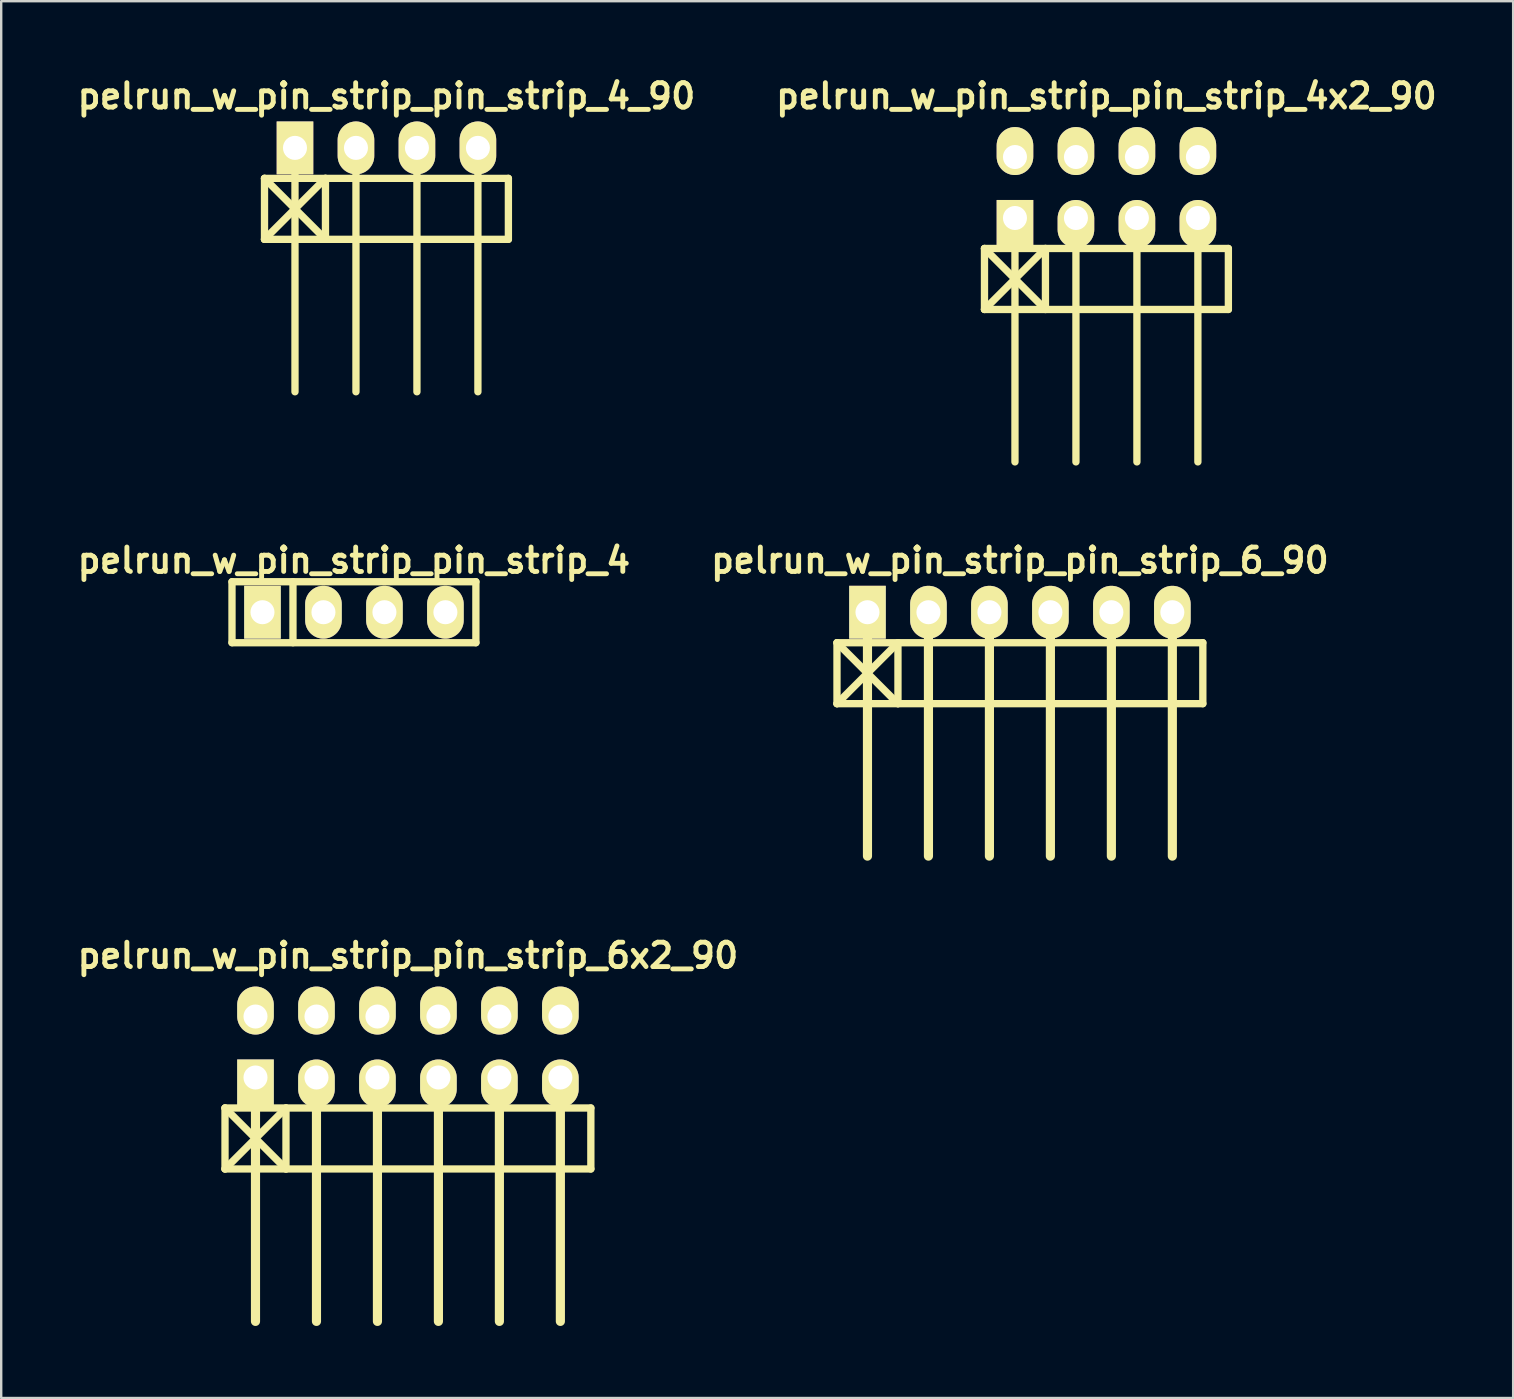
<source format=kicad_pcb>
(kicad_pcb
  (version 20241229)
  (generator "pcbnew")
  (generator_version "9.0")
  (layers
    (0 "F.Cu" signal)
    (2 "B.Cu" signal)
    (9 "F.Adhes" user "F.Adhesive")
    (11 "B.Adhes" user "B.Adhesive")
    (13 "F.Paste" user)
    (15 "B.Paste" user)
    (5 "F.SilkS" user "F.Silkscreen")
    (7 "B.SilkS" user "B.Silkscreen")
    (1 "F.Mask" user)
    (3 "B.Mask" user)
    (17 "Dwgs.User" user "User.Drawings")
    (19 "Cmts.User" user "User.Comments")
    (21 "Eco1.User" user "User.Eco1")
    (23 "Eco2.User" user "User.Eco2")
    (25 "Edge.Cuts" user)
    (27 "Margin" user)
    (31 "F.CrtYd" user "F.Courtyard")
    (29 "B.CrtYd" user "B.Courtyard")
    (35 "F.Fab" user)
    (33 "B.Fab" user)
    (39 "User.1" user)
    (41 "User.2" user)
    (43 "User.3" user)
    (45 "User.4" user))
  (footprint "pelrun_w_pin_strip_pin_strip_6_90"
    (layer "F.Cu")
    (at 39.436 22.453)
    (property "Reference" "pelrun_w_pin_strip_pin_strip_6_90" (at 0 -2.159 0) (layer "F.SilkS") (effects (font (size 1.016 1.016) (thickness 0.203))))
    (attr through_hole)
    (fp_line (start -7.62 1.27) (end 7.62 1.27) (stroke (width 0.305) (type solid)) (layer "F.SilkS"))
    (fp_line (start -7.62 3.81) (end -7.62 1.27) (stroke (width 0.305) (type solid)) (layer "F.SilkS"))
    (fp_line (start -7.62 3.81) (end -5.08 1.27) (stroke (width 0.305) (type solid)) (layer "F.SilkS"))
    (fp_line (start -6.35 0) (end -6.35 10.16) (stroke (width 0.381) (type solid)) (layer "F.SilkS"))
    (fp_line (start -5.08 1.27) (end -5.08 3.81) (stroke (width 0.305) (type solid)) (layer "F.SilkS"))
    (fp_line (start -5.08 3.81) (end -7.62 1.27) (stroke (width 0.305) (type solid)) (layer "F.SilkS"))
    (fp_line (start -3.81 0) (end -3.81 10.16) (stroke (width 0.381) (type solid)) (layer "F.SilkS"))
    (fp_line (start -1.27 10.16) (end -1.27 0) (stroke (width 0.381) (type solid)) (layer "F.SilkS"))
    (fp_line (start 1.27 0) (end 1.27 10.16) (stroke (width 0.381) (type solid)) (layer "F.SilkS"))
    (fp_line (start 3.81 0) (end 3.81 10.16) (stroke (width 0.381) (type solid)) (layer "F.SilkS"))
    (fp_line (start 6.35 0) (end 6.35 10.16) (stroke (width 0.381) (type solid)) (layer "F.SilkS"))
    (fp_line (start 7.62 1.27) (end 7.62 3.81) (stroke (width 0.305) (type solid)) (layer "F.SilkS"))
    (fp_line (start 7.62 3.81) (end -7.62 3.81) (stroke (width 0.305) (type solid)) (layer "F.SilkS"))
    (pad "1" thru_hole rect (at -6.35 0) (size 1.524 2.2) (drill 1.001) (layers "*.Cu" "*.Mask" "F.SilkS"))
    (pad "2" thru_hole oval (at -3.81 0) (size 1.524 2.2) (drill 1.001) (layers "*.Cu" "*.Mask" "F.SilkS"))
    (pad "3" thru_hole oval (at -1.27 0) (size 1.524 2.2) (drill 1.001) (layers "*.Cu" "*.Mask" "F.SilkS"))
    (pad "4" thru_hole oval (at 1.27 0) (size 1.524 2.2) (drill 1.001) (layers "*.Cu" "*.Mask" "F.SilkS"))
    (pad "5" thru_hole oval (at 3.81 0) (size 1.524 2.2) (drill 1.001) (layers "*.Cu" "*.Mask" "F.SilkS"))
    (pad "6" thru_hole oval (at 6.35 0) (size 1.524 2.2) (drill 1.001) (layers "*.Cu" "*.Mask" "F.SilkS")))
  (footprint "pelrun_w_pin_strip_pin_strip_6x2_90"
    (layer "F.Cu")
    (at 13.943 40.565)
    (property "Reference" "pelrun_w_pin_strip_pin_strip_6x2_90" (at 0 -3.81 0) (layer "F.SilkS") (effects (font (size 1.016 1.016) (thickness 0.203))))
    (attr through_hole)
    (fp_line (start -7.62 2.54) (end -5.08 5.08) (stroke (width 0.305) (type solid)) (layer "F.SilkS"))
    (fp_line (start -7.62 2.54) (end 7.62 2.54) (stroke (width 0.305) (type solid)) (layer "F.SilkS"))
    (fp_line (start -7.62 5.08) (end -7.62 2.54) (stroke (width 0.305) (type solid)) (layer "F.SilkS"))
    (fp_line (start -7.62 5.08) (end -5.08 2.54) (stroke (width 0.305) (type solid)) (layer "F.SilkS"))
    (fp_line (start -6.35 1.27) (end -6.35 11.43) (stroke (width 0.381) (type solid)) (layer "F.SilkS"))
    (fp_line (start -5.08 5.08) (end -5.08 2.54) (stroke (width 0.305) (type solid)) (layer "F.SilkS"))
    (fp_line (start -3.81 1.27) (end -3.81 11.43) (stroke (width 0.381) (type solid)) (layer "F.SilkS"))
    (fp_line (start -1.27 11.43) (end -1.27 1.27) (stroke (width 0.381) (type solid)) (layer "F.SilkS"))
    (fp_line (start 1.27 1.27) (end 1.27 11.43) (stroke (width 0.381) (type solid)) (layer "F.SilkS"))
    (fp_line (start 3.81 1.27) (end 3.81 11.43) (stroke (width 0.381) (type solid)) (layer "F.SilkS"))
    (fp_line (start 6.35 1.27) (end 6.35 11.43) (stroke (width 0.381) (type solid)) (layer "F.SilkS"))
    (fp_line (start 7.62 2.54) (end 7.62 5.08) (stroke (width 0.305) (type solid)) (layer "F.SilkS"))
    (fp_line (start 7.62 5.08) (end -7.62 5.08) (stroke (width 0.305) (type solid)) (layer "F.SilkS"))
    (pad "1" thru_hole rect (at -6.35 1.27) (size 1.524 1.999) (drill 1.001 (offset 0 0.249)) (layers "*.Cu" "*.Mask" "F.SilkS"))
    (pad "2" thru_hole oval (at -6.35 -1.27) (size 1.524 1.999) (drill 1.001 (offset 0 -0.249)) (layers "*.Cu" "*.Mask" "F.SilkS"))
    (pad "3" thru_hole oval (at -3.81 1.27) (size 1.524 1.999) (drill 1.001 (offset 0 0.249)) (layers "*.Cu" "*.Mask" "F.SilkS"))
    (pad "4" thru_hole oval (at -3.81 -1.27) (size 1.524 1.999) (drill 1.001 (offset 0 -0.249)) (layers "*.Cu" "*.Mask" "F.SilkS"))
    (pad "5" thru_hole oval (at -1.27 1.27) (size 1.524 1.999) (drill 1.001 (offset 0 0.249)) (layers "*.Cu" "*.Mask" "F.SilkS"))
    (pad "6" thru_hole oval (at -1.27 -1.27) (size 1.524 1.999) (drill 1.001 (offset 0 -0.249)) (layers "*.Cu" "*.Mask" "F.SilkS"))
    (pad "7" thru_hole oval (at 1.27 1.27) (size 1.524 1.999) (drill 1.001 (offset 0 0.249)) (layers "*.Cu" "*.Mask" "F.SilkS"))
    (pad "8" thru_hole oval (at 1.27 -1.27) (size 1.524 1.999) (drill 1.001 (offset 0 -0.249)) (layers "*.Cu" "*.Mask" "F.SilkS"))
    (pad "9" thru_hole oval (at 3.81 1.27) (size 1.524 1.999) (drill 1.001 (offset 0 0.249)) (layers "*.Cu" "*.Mask" "F.SilkS"))
    (pad "10" thru_hole oval (at 3.81 -1.27) (size 1.524 1.999) (drill 1.001 (offset 0 -0.249)) (layers "*.Cu" "*.Mask" "F.SilkS"))
    (pad "11" thru_hole oval (at 6.35 1.27) (size 1.524 1.999) (drill 1.001 (offset 0 0.249)) (layers "*.Cu" "*.Mask" "F.SilkS"))
    (pad "12" thru_hole oval (at 6.35 -1.27) (size 1.524 1.999) (drill 1.001 (offset 0 -0.249)) (layers "*.Cu" "*.Mask" "F.SilkS")))
  (footprint "pelrun_w_pin_strip_pin_strip_4x2_90"
    (layer "F.Cu")
    (at 43.04 4.761)
    (property "Reference" "pelrun_w_pin_strip_pin_strip_4x2_90" (at 0 -3.81 0) (layer "F.SilkS") (effects (font (size 1.016 1.016) (thickness 0.203))))
    (attr through_hole)
    (fp_line (start -5.08 2.54) (end -2.54 5.08) (stroke (width 0.305) (type solid)) (layer "F.SilkS"))
    (fp_line (start -5.08 2.54) (end 5.08 2.54) (stroke (width 0.305) (type solid)) (layer "F.SilkS"))
    (fp_line (start -5.08 5.08) (end -5.08 2.54) (stroke (width 0.305) (type solid)) (layer "F.SilkS"))
    (fp_line (start -3.81 1.27) (end -3.81 11.43) (stroke (width 0.305) (type solid)) (layer "F.SilkS"))
    (fp_line (start -2.54 2.54) (end -5.08 5.08) (stroke (width 0.305) (type solid)) (layer "F.SilkS"))
    (fp_line (start -2.54 5.08) (end -2.54 2.54) (stroke (width 0.305) (type solid)) (layer "F.SilkS"))
    (fp_line (start -1.27 1.27) (end -1.27 11.43) (stroke (width 0.305) (type solid)) (layer "F.SilkS"))
    (fp_line (start 1.27 11.43) (end 1.27 1.27) (stroke (width 0.305) (type solid)) (layer "F.SilkS"))
    (fp_line (start 3.81 1.27) (end 3.81 11.43) (stroke (width 0.305) (type solid)) (layer "F.SilkS"))
    (fp_line (start 5.08 2.54) (end 5.08 5.08) (stroke (width 0.305) (type solid)) (layer "F.SilkS"))
    (fp_line (start 5.08 5.08) (end -5.08 5.08) (stroke (width 0.305) (type solid)) (layer "F.SilkS"))
    (pad "1" thru_hole rect (at -3.81 1.27) (size 1.524 1.999) (drill 1.001 (offset 0 0.249)) (layers "*.Cu" "*.Mask" "F.SilkS"))
    (pad "2" thru_hole oval (at -3.81 -1.27) (size 1.524 1.999) (drill 1.001 (offset 0 -0.249)) (layers "*.Cu" "*.Mask" "F.SilkS"))
    (pad "3" thru_hole oval (at -1.27 1.27) (size 1.524 1.999) (drill 1.001 (offset 0 0.249)) (layers "*.Cu" "*.Mask" "F.SilkS"))
    (pad "4" thru_hole oval (at -1.27 -1.27) (size 1.524 1.999) (drill 1.001 (offset 0 -0.249)) (layers "*.Cu" "*.Mask" "F.SilkS"))
    (pad "5" thru_hole oval (at 1.27 1.27) (size 1.524 1.999) (drill 1.001 (offset 0 0.249)) (layers "*.Cu" "*.Mask" "F.SilkS"))
    (pad "6" thru_hole oval (at 1.27 -1.27) (size 1.524 1.999) (drill 1.001 (offset 0 -0.249)) (layers "*.Cu" "*.Mask" "F.SilkS"))
    (pad "7" thru_hole oval (at 3.81 1.27) (size 1.524 1.999) (drill 1.001 (offset 0 0.249)) (layers "*.Cu" "*.Mask" "F.SilkS"))
    (pad "8" thru_hole oval (at 3.81 -1.27) (size 1.524 1.999) (drill 1.001 (offset 0 -0.249)) (layers "*.Cu" "*.Mask" "F.SilkS")))
  (footprint "pelrun_w_pin_strip_pin_strip_4"
    (layer "F.Cu")
    (at 11.694 22.453)
    (property "Reference" "pelrun_w_pin_strip_pin_strip_4" (at 0 -2.159 0) (layer "F.SilkS") (effects (font (size 1.016 1.016) (thickness 0.203))))
    (attr through_hole)
    (fp_line (start -5.08 -1.27) (end 5.08 -1.27) (stroke (width 0.305) (type solid)) (layer "F.SilkS"))
    (fp_line (start -5.08 1.27) (end -5.08 -1.27) (stroke (width 0.305) (type solid)) (layer "F.SilkS"))
    (fp_line (start -2.54 -1.27) (end -2.54 1.27) (stroke (width 0.305) (type solid)) (layer "F.SilkS"))
    (fp_line (start 5.08 -1.27) (end 5.08 1.27) (stroke (width 0.305) (type solid)) (layer "F.SilkS"))
    (fp_line (start 5.08 1.27) (end -5.08 1.27) (stroke (width 0.305) (type solid)) (layer "F.SilkS"))
    (pad "1" thru_hole rect (at -3.81 0) (size 1.524 2.2) (drill 1.001) (layers "*.Cu" "*.Mask" "F.SilkS"))
    (pad "2" thru_hole oval (at -1.27 0) (size 1.524 2.2) (drill 1.001) (layers "*.Cu" "*.Mask" "F.SilkS"))
    (pad "3" thru_hole oval (at 1.27 0) (size 1.524 2.2) (drill 1.001) (layers "*.Cu" "*.Mask" "F.SilkS"))
    (pad "4" thru_hole oval (at 3.81 0) (size 1.524 2.2) (drill 1.001) (layers "*.Cu" "*.Mask" "F.SilkS")))
  (footprint "pelrun_w_pin_strip_pin_strip_4_90"
    (layer "F.Cu")
    (at 13.048 3.11)
    (property "Reference" "pelrun_w_pin_strip_pin_strip_4_90" (at 0 -2.159 0) (layer "F.SilkS") (effects (font (size 1.016 1.016) (thickness 0.203))))
    (attr through_hole)
    (fp_line (start -5.08 1.27) (end -2.54 3.81) (stroke (width 0.305) (type solid)) (layer "F.SilkS"))
    (fp_line (start -5.08 1.27) (end 5.08 1.27) (stroke (width 0.305) (type solid)) (layer "F.SilkS"))
    (fp_line (start -5.08 3.81) (end -5.08 1.27) (stroke (width 0.305) (type solid)) (layer "F.SilkS"))
    (fp_line (start -3.81 0) (end -3.81 10.16) (stroke (width 0.305) (type solid)) (layer "F.SilkS"))
    (fp_line (start -2.54 1.27) (end -5.08 3.81) (stroke (width 0.305) (type solid)) (layer "F.SilkS"))
    (fp_line (start -2.54 1.27) (end -2.54 3.81) (stroke (width 0.305) (type solid)) (layer "F.SilkS"))
    (fp_line (start -1.27 0) (end -1.27 10.16) (stroke (width 0.305) (type solid)) (layer "F.SilkS"))
    (fp_line (start 1.27 10.16) (end 1.27 0) (stroke (width 0.305) (type solid)) (layer "F.SilkS"))
    (fp_line (start 3.81 0) (end 3.81 10.16) (stroke (width 0.305) (type solid)) (layer "F.SilkS"))
    (fp_line (start 5.08 1.27) (end 5.08 3.81) (stroke (width 0.305) (type solid)) (layer "F.SilkS"))
    (fp_line (start 5.08 3.81) (end -5.08 3.81) (stroke (width 0.305) (type solid)) (layer "F.SilkS"))
    (pad "1" thru_hole rect (at -3.81 0) (size 1.524 2.2) (drill 1.001) (layers "*.Cu" "*.Mask" "F.SilkS"))
    (pad "2" thru_hole oval (at -1.27 0) (size 1.524 2.2) (drill 1.001) (layers "*.Cu" "*.Mask" "F.SilkS"))
    (pad "3" thru_hole oval (at 1.27 0) (size 1.524 2.2) (drill 1.001) (layers "*.Cu" "*.Mask" "F.SilkS"))
    (pad "4" thru_hole oval (at 3.81 0) (size 1.524 2.2) (drill 1.001) (layers "*.Cu" "*.Mask" "F.SilkS")))
  (gr_rect
    (start -3 -3)
    (end 59.983 55.185)
    (stroke (width 0.1) (type default))
    (fill no)
    (layer "Edge.Cuts")))
</source>
